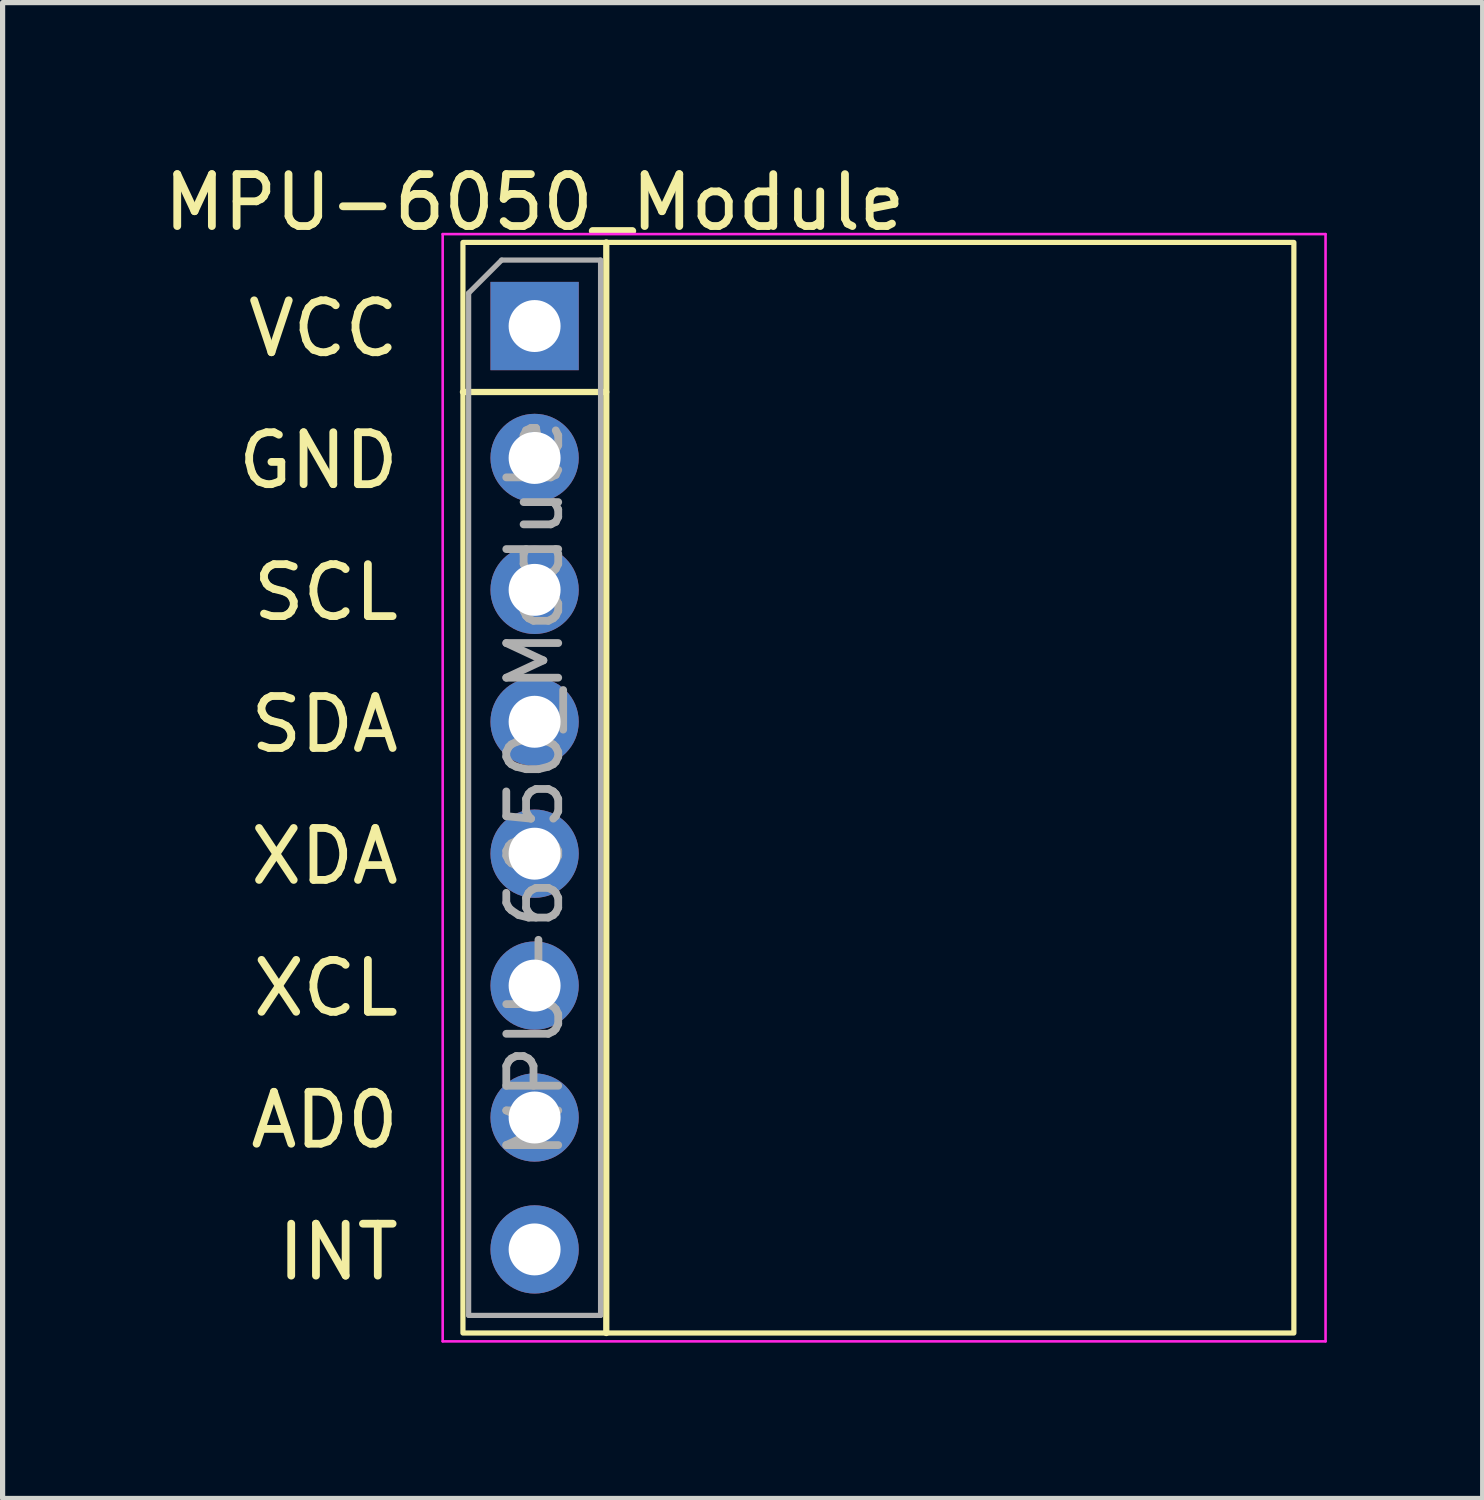
<source format=kicad_pcb>
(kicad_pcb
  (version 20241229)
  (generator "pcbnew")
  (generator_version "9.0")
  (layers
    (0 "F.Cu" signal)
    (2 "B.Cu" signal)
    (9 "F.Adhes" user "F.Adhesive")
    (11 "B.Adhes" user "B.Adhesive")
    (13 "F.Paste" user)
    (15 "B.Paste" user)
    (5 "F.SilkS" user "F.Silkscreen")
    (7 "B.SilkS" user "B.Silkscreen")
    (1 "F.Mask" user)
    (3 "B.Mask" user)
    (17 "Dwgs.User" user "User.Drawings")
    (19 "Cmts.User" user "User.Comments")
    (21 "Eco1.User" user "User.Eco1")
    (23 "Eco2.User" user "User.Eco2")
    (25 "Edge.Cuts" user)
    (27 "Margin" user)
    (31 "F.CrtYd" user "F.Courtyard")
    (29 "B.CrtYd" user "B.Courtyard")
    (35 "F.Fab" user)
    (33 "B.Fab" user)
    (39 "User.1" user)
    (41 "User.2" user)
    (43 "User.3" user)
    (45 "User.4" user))
  (footprint "MPU-6050_Module"
    (layer "F.Cu")
    (at 7.244 3.228)
    (property "Reference" "MPU-6050_Module" (at 0 -2.38 0) (layer "F.SilkS") (effects (font (size 1 1) (thickness 0.15))))
    (attr through_hole)
    (fp_line (start -1.38 1.27) (end 1.38 1.27) (stroke (width 0.12) (type solid)) (layer "F.SilkS"))
    (fp_line (start 1.38 -1.61) (end 1.38 19.39) (stroke (width 0.12) (type solid)) (layer "F.SilkS"))
    (fp_rect (start -1.38 -1.61) (end 14.62 19.39) (stroke (width 0.1) (type solid)) (fill no) (layer "F.SilkS"))
    (fp_line (start -1.77 -1.77) (end -1.77 19.55) (stroke (width 0.05) (type solid)) (layer "F.CrtYd"))
    (fp_line (start -1.77 19.55) (end 15.23 19.55) (stroke (width 0.05) (type solid)) (layer "F.CrtYd"))
    (fp_line (start 15.23 -1.77) (end -1.77 -1.77) (stroke (width 0.05) (type solid)) (layer "F.CrtYd"))
    (fp_line (start 15.23 19.55) (end 15.23 -1.77) (stroke (width 0.05) (type solid)) (layer "F.CrtYd"))
    (fp_line (start -1.27 -0.635) (end -0.635 -1.27) (stroke (width 0.1) (type solid)) (layer "F.Fab"))
    (fp_line (start -1.27 19.05) (end -1.27 -0.635) (stroke (width 0.1) (type solid)) (layer "F.Fab"))
    (fp_line (start -0.635 -1.27) (end 1.27 -1.27) (stroke (width 0.1) (type solid)) (layer "F.Fab"))
    (fp_line (start 1.27 -1.27) (end 1.27 19.05) (stroke (width 0.1) (type solid)) (layer "F.Fab"))
    (fp_line (start 1.27 19.05) (end -1.27 19.05) (stroke (width 0.1) (type solid)) (layer "F.Fab"))
    (fp_text user "XCL" (at -2.54 13.335 0) (unlocked yes) (layer "F.SilkS") (effects (font (size 1 1) (thickness 0.15)) (justify right bottom)))
    (fp_text user "VCC" (at -2.54 0.635 0) (unlocked yes) (layer "F.SilkS") (effects (font (size 1 1) (thickness 0.15)) (justify right bottom)))
    (fp_text user "SDA" (at -2.54 8.255 0) (unlocked yes) (layer "F.SilkS") (effects (font (size 1 1) (thickness 0.15)) (justify right bottom)))
    (fp_text user "SCL" (at -2.54 5.715 0) (unlocked yes) (layer "F.SilkS") (effects (font (size 1 1) (thickness 0.15)) (justify right bottom)))
    (fp_text user "INT" (at -2.54 18.415 0) (unlocked yes) (layer "F.SilkS") (effects (font (size 1 1) (thickness 0.15)) (justify right bottom)))
    (fp_text user "XDA" (at -2.54 10.795 0) (unlocked yes) (layer "F.SilkS") (effects (font (size 1 1) (thickness 0.15)) (justify right bottom)))
    (fp_text user "AD0" (at -2.54 15.875 0) (unlocked yes) (layer "F.SilkS") (effects (font (size 1 1) (thickness 0.15)) (justify right bottom)))
    (fp_text user "GND" (at -2.54 3.175 0) (unlocked yes) (layer "F.SilkS") (effects (font (size 1 1) (thickness 0.15)) (justify right bottom)))
    (fp_text user "${REFERENCE}" (at 0 8.89 90) (layer "F.Fab") (effects (font (size 1 1) (thickness 0.15))))
    (pad "1" thru_hole rect (at 0 0) (size 1.7 1.7) (drill 1) (layers "*.Cu" "*.Mask"))
    (pad "2" thru_hole circle (at 0 2.54) (size 1.7 1.7) (drill 1) (layers "*.Cu" "*.Mask"))
    (pad "3" thru_hole circle (at 0 5.08) (size 1.7 1.7) (drill 1) (layers "*.Cu" "*.Mask"))
    (pad "4" thru_hole circle (at 0 7.62) (size 1.7 1.7) (drill 1) (layers "*.Cu" "*.Mask"))
    (pad "5" thru_hole circle (at 0 10.16) (size 1.7 1.7) (drill 1) (layers "*.Cu" "*.Mask"))
    (pad "6" thru_hole circle (at 0 12.7) (size 1.7 1.7) (drill 1) (layers "*.Cu" "*.Mask"))
    (pad "7" thru_hole circle (at 0 15.24) (size 1.7 1.7) (drill 1) (layers "*.Cu" "*.Mask"))
    (pad "8" thru_hole circle (at 0 17.78) (size 1.7 1.7) (drill 1) (layers "*.Cu" "*.Mask")))
  (gr_rect
    (start -3 -3)
    (end 25.499 25.803)
    (stroke (width 0.1) (type default))
    (fill no)
    (layer "Edge.Cuts")))
</source>
